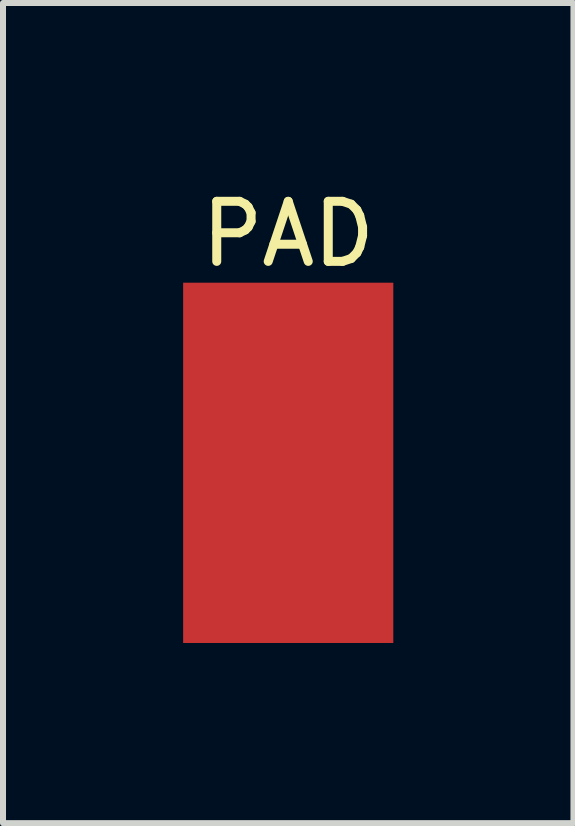
<source format=kicad_pcb>
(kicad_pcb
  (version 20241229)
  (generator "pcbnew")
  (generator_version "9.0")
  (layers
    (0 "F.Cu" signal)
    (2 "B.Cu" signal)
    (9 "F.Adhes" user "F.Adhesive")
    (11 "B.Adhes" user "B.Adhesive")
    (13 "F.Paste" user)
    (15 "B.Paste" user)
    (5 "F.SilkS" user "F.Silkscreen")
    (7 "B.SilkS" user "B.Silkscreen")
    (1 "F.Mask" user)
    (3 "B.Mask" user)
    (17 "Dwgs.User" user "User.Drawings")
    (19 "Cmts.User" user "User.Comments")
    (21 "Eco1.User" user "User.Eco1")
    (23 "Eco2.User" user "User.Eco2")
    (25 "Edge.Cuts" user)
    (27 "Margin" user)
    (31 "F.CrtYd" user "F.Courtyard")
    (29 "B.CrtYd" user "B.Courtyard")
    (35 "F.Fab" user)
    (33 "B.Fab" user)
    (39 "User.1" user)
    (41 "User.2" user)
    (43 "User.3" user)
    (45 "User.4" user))
  (footprint "PAD"
    (layer "F.Cu")
    (at 1.75 4.658)
    (property "Reference" "PAD" (at 0 -3.81 0) (layer "F.SilkS") (effects (font (size 1 1) (thickness 0.15))))
    (attr smd)
    (pad "1" smd rect (at 0 0) (size 3.5 6) (layers "F.Cu" "F.Mask" "F.Paste")))
  (gr_rect
    (start -3 -3)
    (end 6.5 10.658)
    (stroke (width 0.1) (type default))
    (fill no)
    (layer "Edge.Cuts")))
</source>
